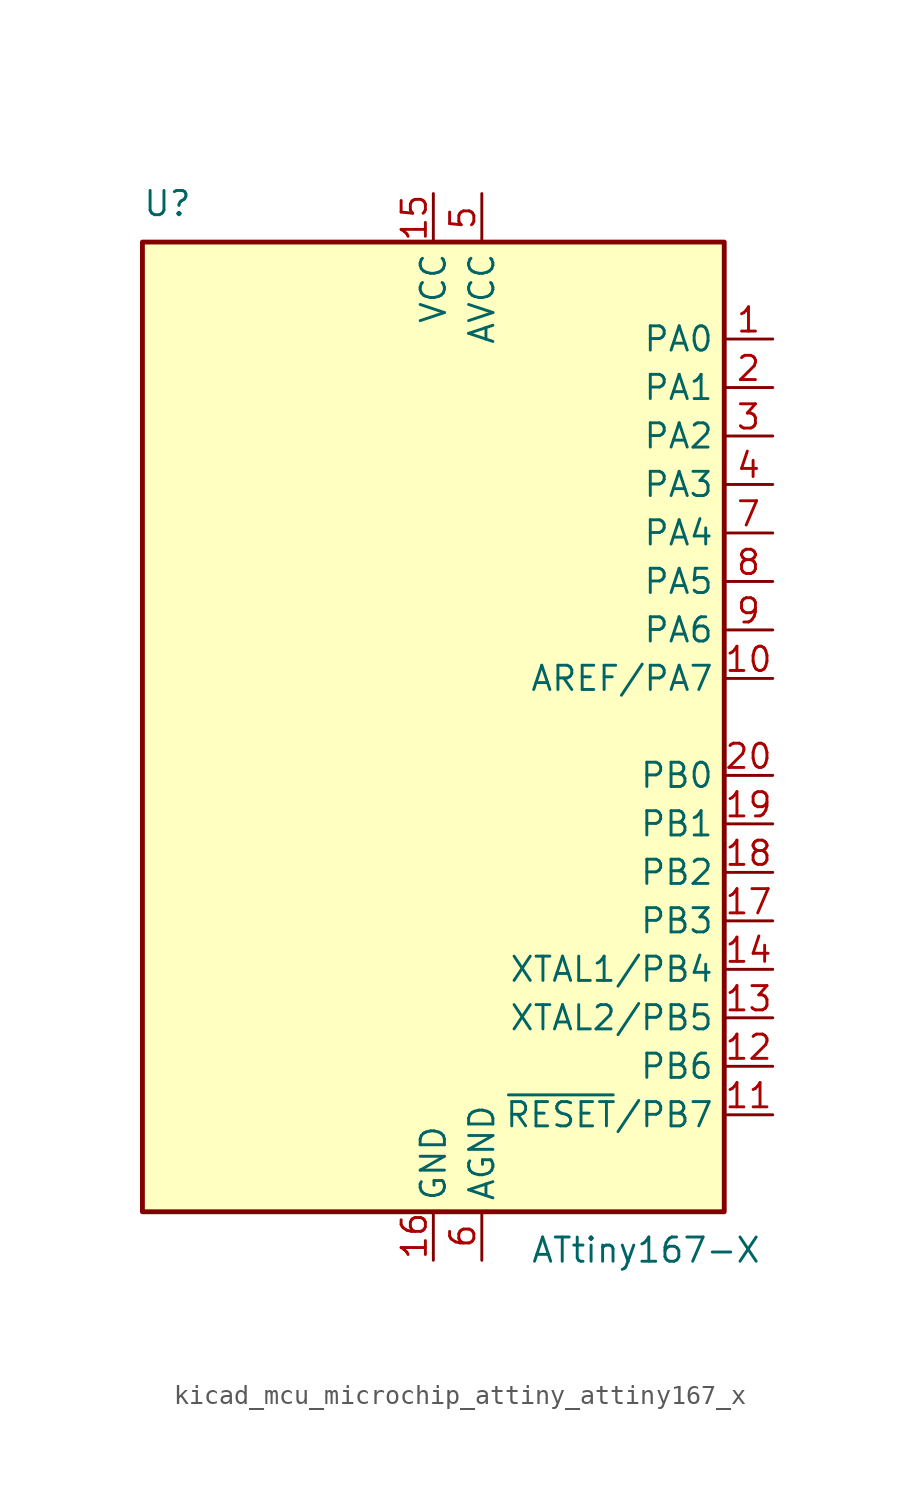
<source format=kicad_sym>
(kicad_symbol_lib
  (version 20220914)
  (generator kicad_symbol_editor)
  (symbol "kicad_mcu_microchip_attiny_attiny167_x"
    (property "Reference" "U"
      (at -15.24 26.67 0)
      (effects (font (size 1.27 1.27)) (justify left bottom)))
    (property "Value" "ATtiny167-X"
      (at 5.08 -26.67 0)
      (effects (font (size 1.27 1.27)) (justify left top)))
    (symbol "kicad_mcu_microchip_attiny_attiny167_x_0_1"
      (rectangle (start -15.24 -25.4) (end 15.24 25.4) (stroke (width 0.254) (type default)) (fill (type background))))
    (symbol "kicad_mcu_microchip_attiny_attiny167_x_1_1"
      (pin bidirectional line (at 17.78 20.32 180) (length 2.54) (name "PA0" (effects (font (size 1.27 1.27)))) (number "1" (effects (font (size 1.27 1.27)))))
      (pin bidirectional line (at 17.78 2.54 180) (length 2.54) (name "AREF/PA7" (effects (font (size 1.27 1.27)))) (number "10" (effects (font (size 1.27 1.27)))))
      (pin bidirectional line (at 17.78 -20.32 180) (length 2.54) (name "~{RESET}/PB7" (effects (font (size 1.27 1.27)))) (number "11" (effects (font (size 1.27 1.27)))))
      (pin bidirectional line (at 17.78 -17.78 180) (length 2.54) (name "PB6" (effects (font (size 1.27 1.27)))) (number "12" (effects (font (size 1.27 1.27)))))
      (pin bidirectional line (at 17.78 -15.24 180) (length 2.54) (name "XTAL2/PB5" (effects (font (size 1.27 1.27)))) (number "13" (effects (font (size 1.27 1.27)))))
      (pin bidirectional line (at 17.78 -12.7 180) (length 2.54) (name "XTAL1/PB4" (effects (font (size 1.27 1.27)))) (number "14" (effects (font (size 1.27 1.27)))))
      (pin power_in line (at 0 27.94 270) (length 2.54) (name "VCC" (effects (font (size 1.27 1.27)))) (number "15" (effects (font (size 1.27 1.27)))))
      (pin power_in line (at 0 -27.94 90) (length 2.54) (name "GND" (effects (font (size 1.27 1.27)))) (number "16" (effects (font (size 1.27 1.27)))))
      (pin bidirectional line (at 17.78 -10.16 180) (length 2.54) (name "PB3" (effects (font (size 1.27 1.27)))) (number "17" (effects (font (size 1.27 1.27)))))
      (pin bidirectional line (at 17.78 -7.62 180) (length 2.54) (name "PB2" (effects (font (size 1.27 1.27)))) (number "18" (effects (font (size 1.27 1.27)))))
      (pin bidirectional line (at 17.78 -5.08 180) (length 2.54) (name "PB1" (effects (font (size 1.27 1.27)))) (number "19" (effects (font (size 1.27 1.27)))))
      (pin bidirectional line (at 17.78 17.78 180) (length 2.54) (name "PA1" (effects (font (size 1.27 1.27)))) (number "2" (effects (font (size 1.27 1.27)))))
      (pin bidirectional line (at 17.78 -2.54 180) (length 2.54) (name "PB0" (effects (font (size 1.27 1.27)))) (number "20" (effects (font (size 1.27 1.27)))))
      (pin bidirectional line (at 17.78 15.24 180) (length 2.54) (name "PA2" (effects (font (size 1.27 1.27)))) (number "3" (effects (font (size 1.27 1.27)))))
      (pin bidirectional line (at 17.78 12.7 180) (length 2.54) (name "PA3" (effects (font (size 1.27 1.27)))) (number "4" (effects (font (size 1.27 1.27)))))
      (pin power_in line (at 2.54 27.94 270) (length 2.54) (name "AVCC" (effects (font (size 1.27 1.27)))) (number "5" (effects (font (size 1.27 1.27)))))
      (pin power_in line (at 2.54 -27.94 90) (length 2.54) (name "AGND" (effects (font (size 1.27 1.27)))) (number "6" (effects (font (size 1.27 1.27)))))
      (pin bidirectional line (at 17.78 10.16 180) (length 2.54) (name "PA4" (effects (font (size 1.27 1.27)))) (number "7" (effects (font (size 1.27 1.27)))))
      (pin bidirectional line (at 17.78 7.62 180) (length 2.54) (name "PA5" (effects (font (size 1.27 1.27)))) (number "8" (effects (font (size 1.27 1.27)))))
      (pin bidirectional line (at 17.78 5.08 180) (length 2.54) (name "PA6" (effects (font (size 1.27 1.27)))) (number "9" (effects (font (size 1.27 1.27))))))))
</source>
